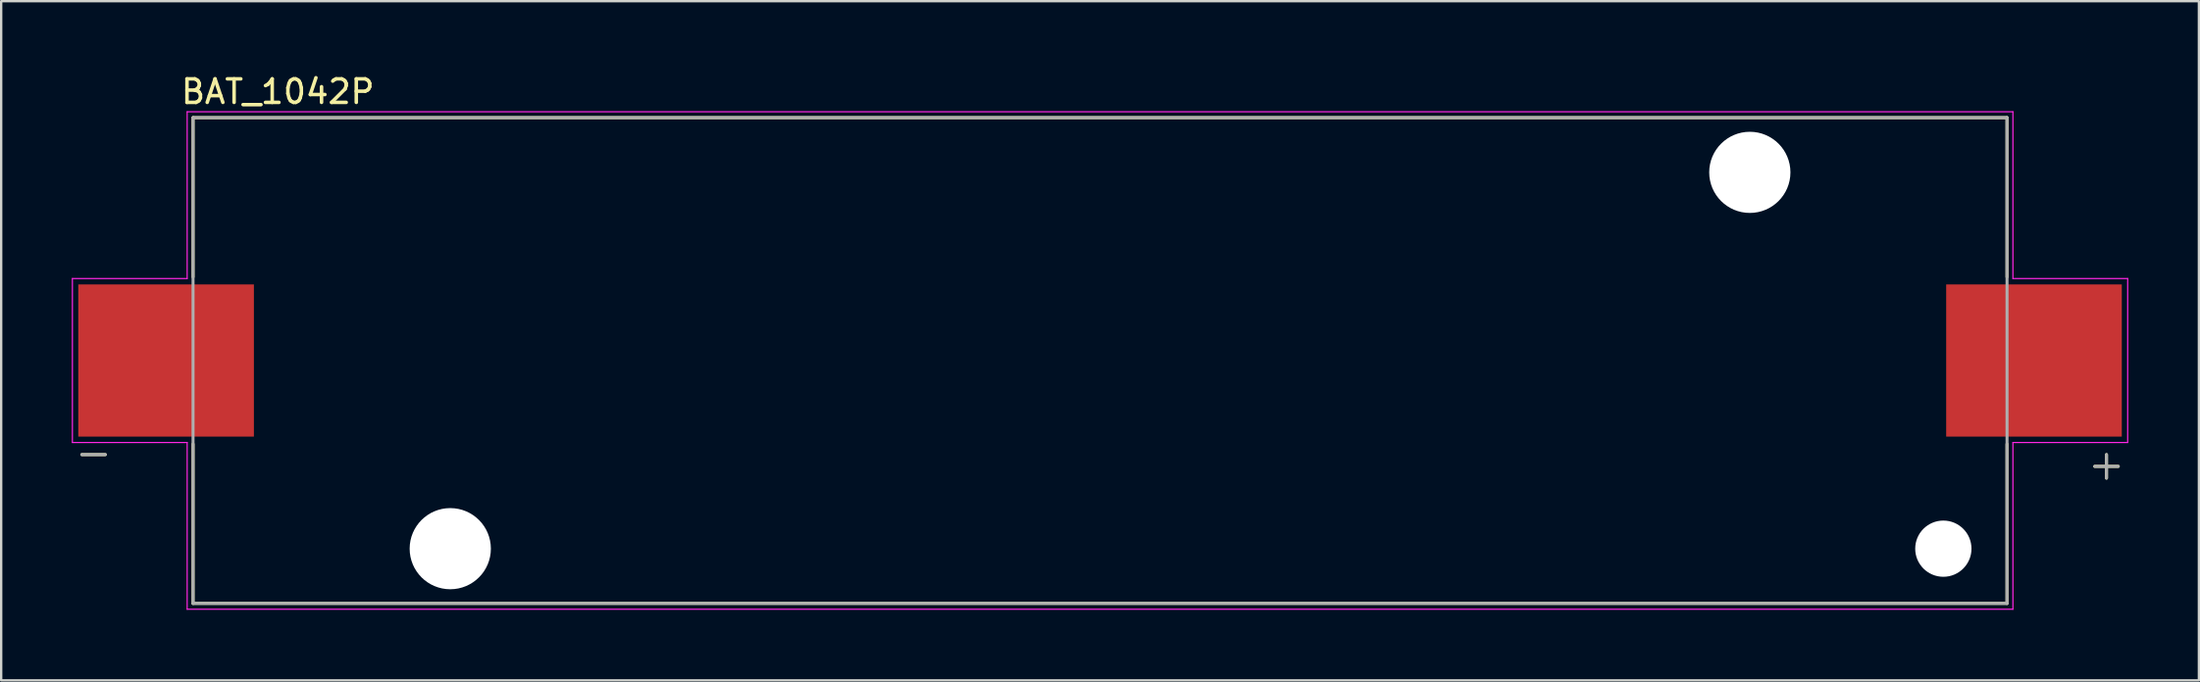
<source format=kicad_pcb>
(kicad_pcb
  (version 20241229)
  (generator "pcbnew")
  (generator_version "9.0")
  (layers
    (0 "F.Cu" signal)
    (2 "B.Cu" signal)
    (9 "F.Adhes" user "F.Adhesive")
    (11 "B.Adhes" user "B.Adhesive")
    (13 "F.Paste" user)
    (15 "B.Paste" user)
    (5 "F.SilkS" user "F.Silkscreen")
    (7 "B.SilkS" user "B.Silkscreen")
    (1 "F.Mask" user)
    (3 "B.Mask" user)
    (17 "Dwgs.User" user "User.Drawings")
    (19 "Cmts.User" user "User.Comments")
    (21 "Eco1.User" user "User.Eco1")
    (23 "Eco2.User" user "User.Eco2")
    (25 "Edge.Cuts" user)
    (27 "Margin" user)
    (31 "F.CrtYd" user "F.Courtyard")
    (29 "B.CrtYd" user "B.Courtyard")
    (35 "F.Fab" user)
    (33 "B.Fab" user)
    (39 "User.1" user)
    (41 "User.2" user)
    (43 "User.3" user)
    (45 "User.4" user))
  (footprint "BAT_1042P"
    (layer "F.Cu")
    (at 43.675 12.278)
    (property "Reference" "BAT_1042P" (at -34.925 -11.43 0) (layer "F.SilkS") (effects (font (size 1 1) (thickness 0.15))))
    (attr through_hole)
    (fp_line (start -43.25 4) (end -42.25 4) (stroke (width 0.127) (type solid)) (layer "F.SilkS"))
    (fp_line (start -38.525 -10.325) (end 38.525 -10.325) (stroke (width 0.127) (type solid)) (layer "F.SilkS"))
    (fp_line (start -38.525 -3.55) (end -38.525 -10.325) (stroke (width 0.127) (type solid)) (layer "F.SilkS"))
    (fp_line (start -38.525 10.325) (end -38.525 3.55) (stroke (width 0.127) (type solid)) (layer "F.SilkS"))
    (fp_line (start 38.525 -10.325) (end 38.525 -3.55) (stroke (width 0.127) (type solid)) (layer "F.SilkS"))
    (fp_line (start 38.525 3.55) (end 38.525 10.325) (stroke (width 0.127) (type solid)) (layer "F.SilkS"))
    (fp_line (start 38.525 10.325) (end -38.525 10.325) (stroke (width 0.127) (type solid)) (layer "F.SilkS"))
    (fp_line (start 42.25 4.5) (end 43.25 4.5) (stroke (width 0.127) (type solid)) (layer "F.SilkS"))
    (fp_line (start 42.75 4) (end 42.75 5) (stroke (width 0.127) (type solid)) (layer "F.SilkS"))
    (fp_line (start -43.65 -3.485) (end -38.775 -3.485) (stroke (width 0.05) (type solid)) (layer "F.CrtYd"))
    (fp_line (start -43.65 3.485) (end -43.65 -3.485) (stroke (width 0.05) (type solid)) (layer "F.CrtYd"))
    (fp_line (start -38.775 -10.575) (end 38.775 -10.575) (stroke (width 0.05) (type solid)) (layer "F.CrtYd"))
    (fp_line (start -38.775 -3.485) (end -38.775 -10.575) (stroke (width 0.05) (type solid)) (layer "F.CrtYd"))
    (fp_line (start -38.775 3.485) (end -43.65 3.485) (stroke (width 0.05) (type solid)) (layer "F.CrtYd"))
    (fp_line (start -38.775 10.575) (end -38.775 3.485) (stroke (width 0.05) (type solid)) (layer "F.CrtYd"))
    (fp_line (start 38.775 -10.575) (end 38.775 -3.485) (stroke (width 0.05) (type solid)) (layer "F.CrtYd"))
    (fp_line (start 38.775 -3.485) (end 43.65 -3.485) (stroke (width 0.05) (type solid)) (layer "F.CrtYd"))
    (fp_line (start 38.775 3.485) (end 38.775 10.575) (stroke (width 0.05) (type solid)) (layer "F.CrtYd"))
    (fp_line (start 38.775 10.575) (end -38.775 10.575) (stroke (width 0.05) (type solid)) (layer "F.CrtYd"))
    (fp_line (start 43.65 -3.485) (end 43.65 3.485) (stroke (width 0.05) (type solid)) (layer "F.CrtYd"))
    (fp_line (start 43.65 3.485) (end 38.775 3.485) (stroke (width 0.05) (type solid)) (layer "F.CrtYd"))
    (fp_line (start -43.25 4) (end -42.25 4) (stroke (width 0.127) (type solid)) (layer "F.Fab"))
    (fp_line (start -38.525 -10.325) (end 38.525 -10.325) (stroke (width 0.127) (type solid)) (layer "F.Fab"))
    (fp_line (start -38.525 10.325) (end -38.525 -10.325) (stroke (width 0.127) (type solid)) (layer "F.Fab"))
    (fp_line (start 38.525 -10.325) (end 38.525 10.325) (stroke (width 0.127) (type solid)) (layer "F.Fab"))
    (fp_line (start 38.525 10.325) (end -38.525 10.325) (stroke (width 0.127) (type solid)) (layer "F.Fab"))
    (fp_line (start 42.25 4.5) (end 43.25 4.5) (stroke (width 0.127) (type solid)) (layer "F.Fab"))
    (fp_line (start 42.75 4) (end 42.75 5) (stroke (width 0.127) (type solid)) (layer "F.Fab"))
    (pad "" np_thru_hole circle (at -27.6 8) (size 3.45 3.45) (drill 3.45) (layers "*.Cu" "*.Mask"))
    (pad "" np_thru_hole circle (at 27.6 -8) (size 3.45 3.45) (drill 3.45) (layers "*.Cu" "*.Mask"))
    (pad "" np_thru_hole circle (at 35.82 8) (size 2.39 2.39) (drill 2.39) (layers "*.Cu" "*.Mask"))
    (pad "1" smd rect (at 39.67 0) (size 7.46 6.47) (layers "F.Cu" "F.Mask" "F.Paste"))
    (pad "2" smd rect (at -39.67 0) (size 7.46 6.47) (layers "F.Cu" "F.Mask" "F.Paste")))
  (gr_rect
    (start -3 -3)
    (end 90.35 25.878)
    (stroke (width 0.1) (type default))
    (fill no)
    (layer "Edge.Cuts")))
</source>
